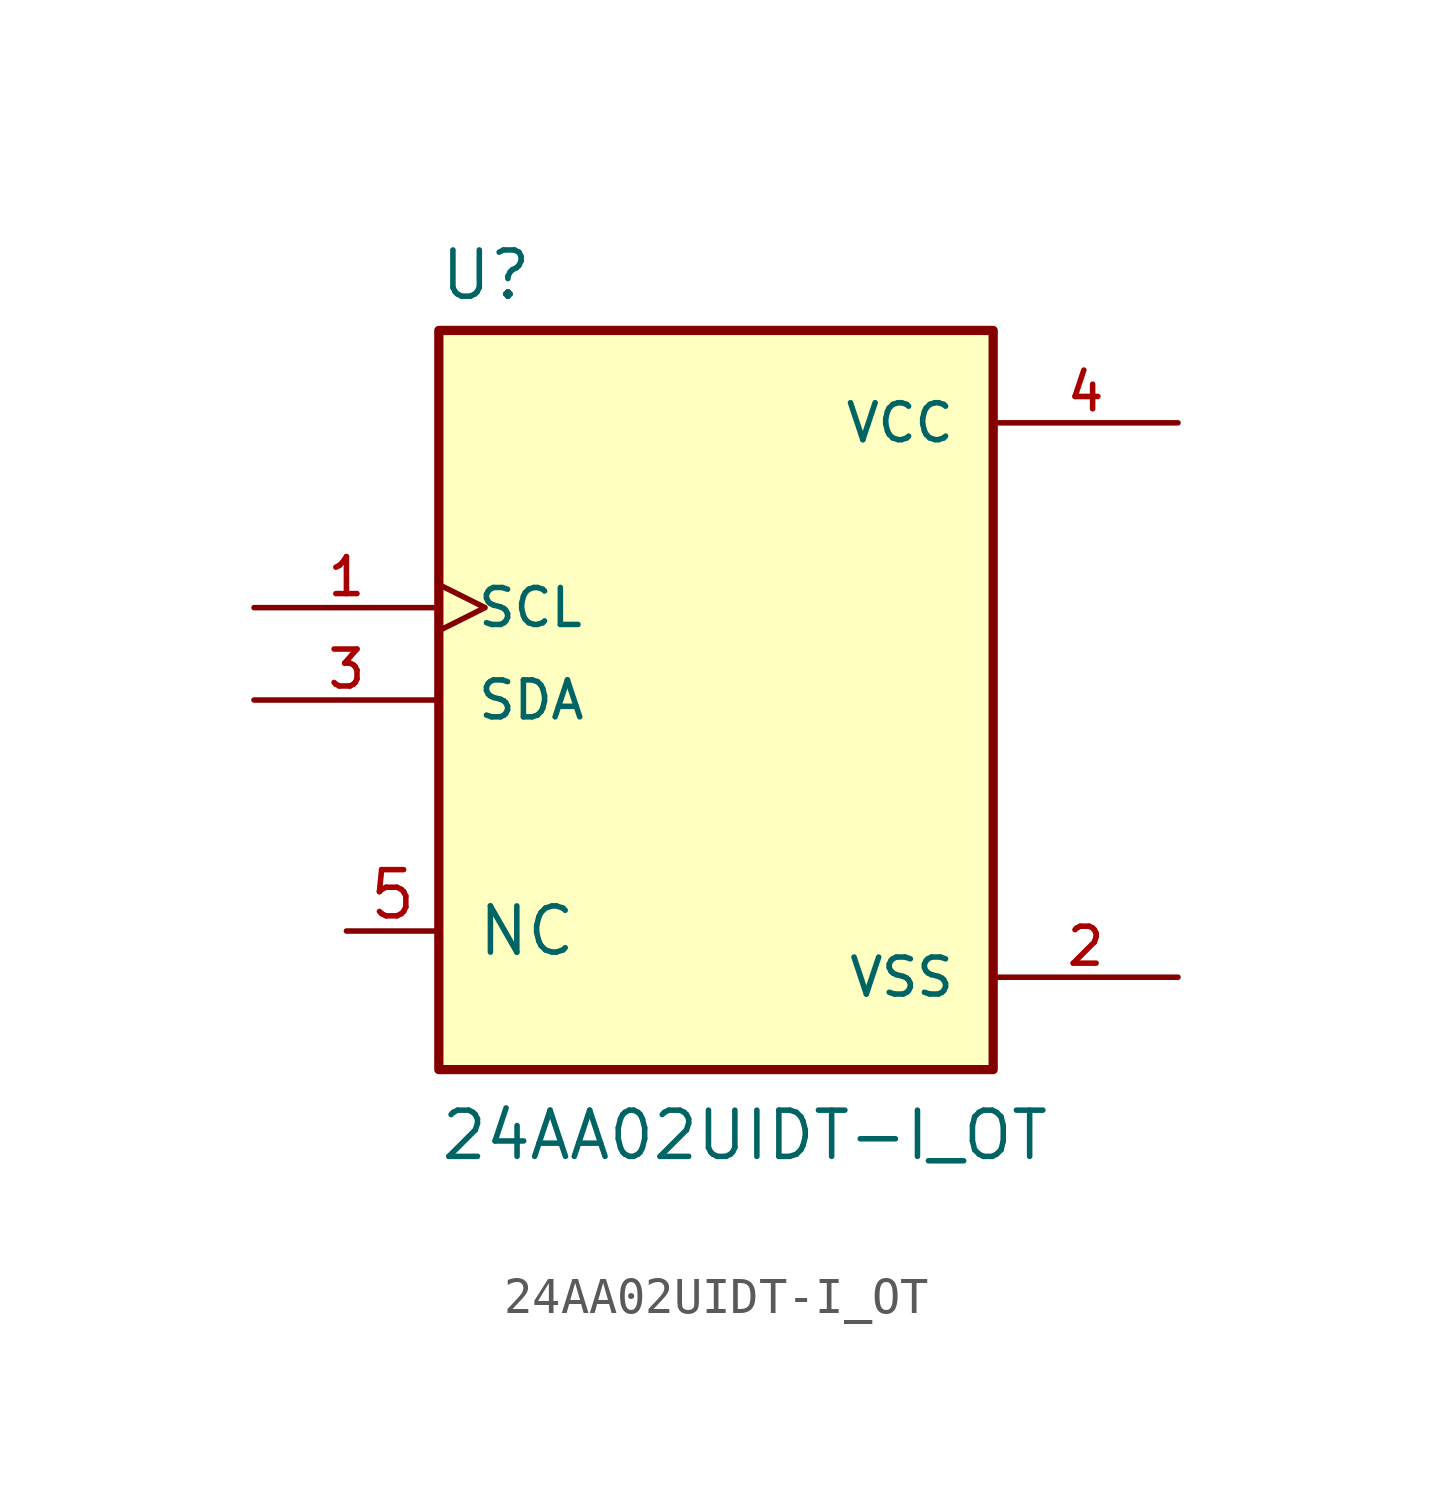
<source format=kicad_sym>
(kicad_symbol_lib
  (version 20231120)
  (generator "kicad_symbol_editor")
  (generator_version "8.0")
  (symbol "24AA02UIDT-I_OT"
    (pin_names
      (offset 1.016))
    (property "Reference" "U"
      (at -7.635 10.939 0)
      (effects (font (size 1.27 1.27)) (justify left bottom)))
    (property "Value" "24AA02UIDT-I_OT"
      (at -7.625 -12.708 0)
      (effects (font (size 1.27 1.27)) (justify left bottom)))
    (symbol "24AA02UIDT-I_OT_0_0"
      (rectangle (start -7.62 -10.16) (end 7.62 10.16) (stroke (width 0.254) (type default)) (fill (type background)))
      (pin input clock (at -12.7 2.54 0) (length 5.08) (name "SCL" (effects (font (size 1.016 1.016)))) (number "1" (effects (font (size 1.016 1.016)))))
      (pin power_in line (at 12.7 -7.62 180) (length 5.08) (name "VSS" (effects (font (size 1.016 1.016)))) (number "2" (effects (font (size 1.016 1.016)))))
      (pin bidirectional line (at -12.7 0 0) (length 5.08) (name "SDA" (effects (font (size 1.016 1.016)))) (number "3" (effects (font (size 1.016 1.016)))))
      (pin power_in line (at 12.7 7.62 180) (length 5.08) (name "VCC" (effects (font (size 1.016 1.016)))) (number "4" (effects (font (size 1.016 1.016))))))
    (symbol "24AA02UIDT-I_OT_1_1"
      (pin input line (at -10.16 -6.35 0) (length 2.54) (name "NC" (effects (font (size 1.27 1.27)))) (number "5" (effects (font (size 1.27 1.27))))))))
</source>
